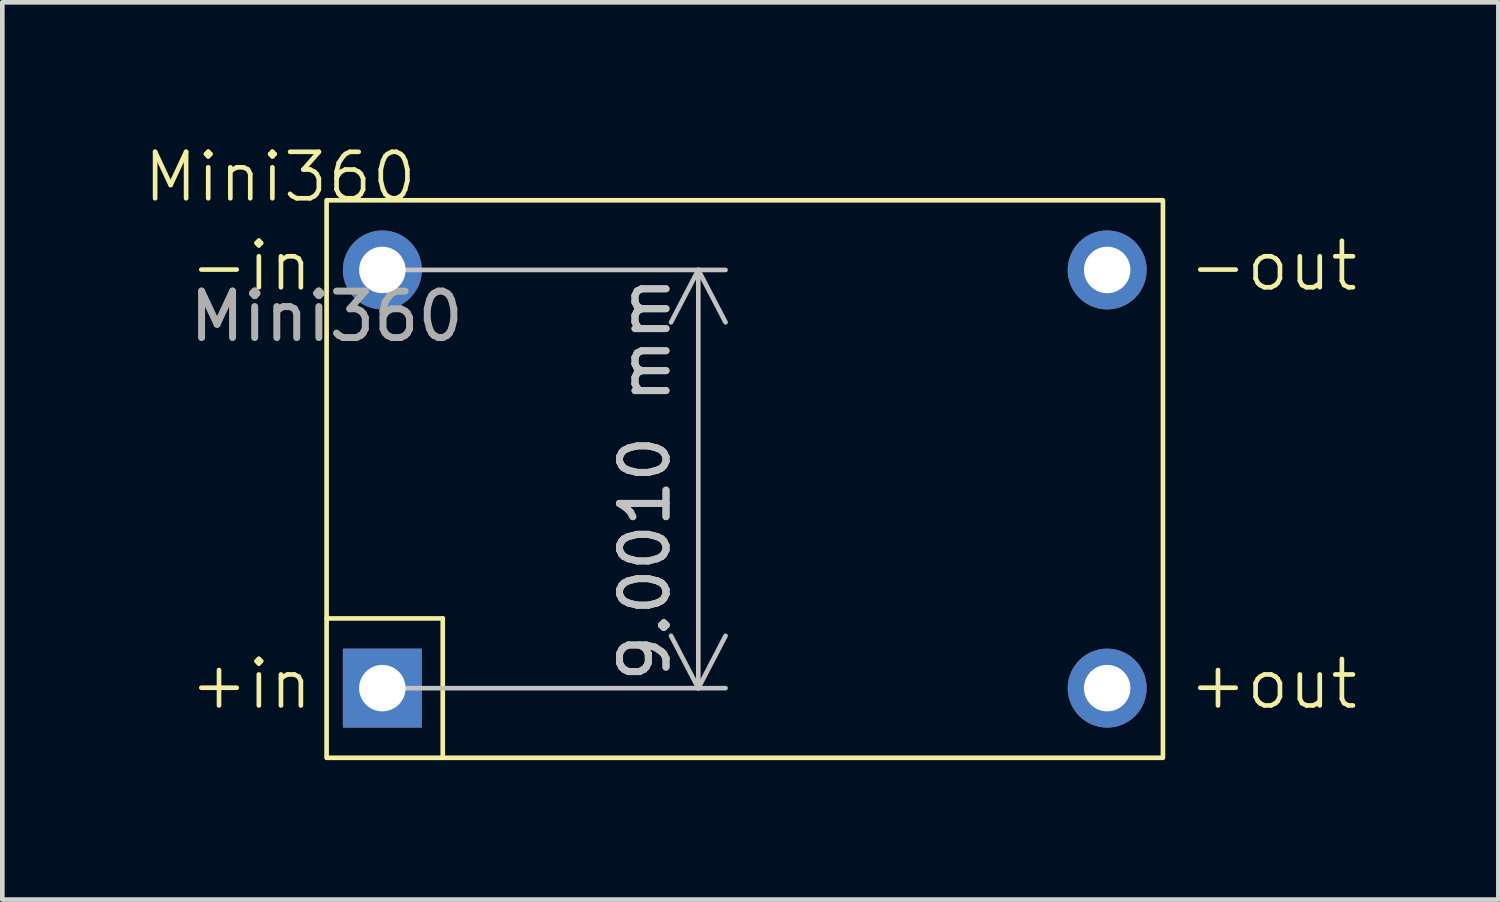
<source format=kicad_pcb>
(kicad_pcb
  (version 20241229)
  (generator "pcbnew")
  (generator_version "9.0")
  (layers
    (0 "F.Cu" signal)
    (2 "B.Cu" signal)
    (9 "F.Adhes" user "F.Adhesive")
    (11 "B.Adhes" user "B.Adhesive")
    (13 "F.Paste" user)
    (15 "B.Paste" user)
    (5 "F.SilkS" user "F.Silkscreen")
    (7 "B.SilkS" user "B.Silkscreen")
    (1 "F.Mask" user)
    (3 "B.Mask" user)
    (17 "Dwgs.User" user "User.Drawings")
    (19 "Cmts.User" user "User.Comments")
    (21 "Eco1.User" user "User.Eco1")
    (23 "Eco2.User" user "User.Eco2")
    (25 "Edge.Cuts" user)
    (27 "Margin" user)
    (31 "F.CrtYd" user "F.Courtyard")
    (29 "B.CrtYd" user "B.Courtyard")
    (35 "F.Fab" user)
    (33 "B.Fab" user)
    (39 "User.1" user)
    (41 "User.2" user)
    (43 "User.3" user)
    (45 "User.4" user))
  (footprint "Mini360"
    (layer "F.Cu")
    (at 3.979 1.26)
    (property "Reference" "Mini360" (at -1 -0.5 0) (unlocked yes) (layer "F.SilkS") (effects (font (size 1 1) (thickness 0.1))))
    (attr through_hole)
    (fp_line (start 0 9) (end 2.5 9) (stroke (width 0.1) (type default)) (layer "F.SilkS"))
    (fp_line (start 2.5 9) (end 2.5 12) (stroke (width 0.1) (type default)) (layer "F.SilkS"))
    (fp_rect (start 0 0) (end 18 12) (stroke (width 0.1) (type default)) (fill no) (layer "F.SilkS"))
    (fp_text user "+in" (at -3 11 0) (unlocked yes) (layer "F.SilkS") (effects (font (size 1 1) (thickness 0.1)) (justify left bottom)))
    (fp_text user "+out" (at 18.5 11 0) (unlocked yes) (layer "F.SilkS") (effects (font (size 1 1) (thickness 0.1)) (justify left bottom)))
    (fp_text user "-out" (at 18.5 2 0) (unlocked yes) (layer "F.SilkS") (effects (font (size 1 1) (thickness 0.1)) (justify left bottom)))
    (fp_text user "-in" (at -3 2 0) (unlocked yes) (layer "F.SilkS") (effects (font (size 1 1) (thickness 0.1)) (justify left bottom)))
    (fp_text user "${REFERENCE}" (at 0 2.5 0) (unlocked yes) (layer "F.Fab") (effects (font (size 1 1) (thickness 0.15))))
    (dimension (type aligned) (layer "Dwgs.User") (pts (xy 5.179 2.76) (xy 5.179 11.761)) (height -6.8) (format (prefix "") (suffix "") (units 3) (units_format 1) (precision 4)) (style (thickness 0.1) (arrow_length 1.27) (text_position_mode 0) (arrow_direction outward) (extension_height 0.586) (extension_offset 0.5) (keep_text_aligned yes)) (gr_text "9.0000 mm" (at 10.829 7.261 90) (layer "Dwgs.User") (effects (font (size 1 1) (thickness 0.15)))))
    (pad "1" thru_hole rect (at 1.2 10.5) (size 1.7 1.7) (drill 1) (layers "*.Cu" "*.Mask"))
    (pad "2" thru_hole circle (at 1.2 1.5) (size 1.7 1.7) (drill 1) (layers "*.Cu" "*.Mask"))
    (pad "3" thru_hole circle (at 16.8 10.5) (size 1.7 1.7) (drill 1) (layers "*.Cu" "*.Mask"))
    (pad "4" thru_hole circle (at 16.8 1.5) (size 1.7 1.7) (drill 1) (layers "*.Cu" "*.Mask")))
  (gr_rect
    (start -3 -3)
    (end 29.198 16.311)
    (stroke (width 0.1) (type default))
    (fill no)
    (layer "Edge.Cuts")))
</source>
